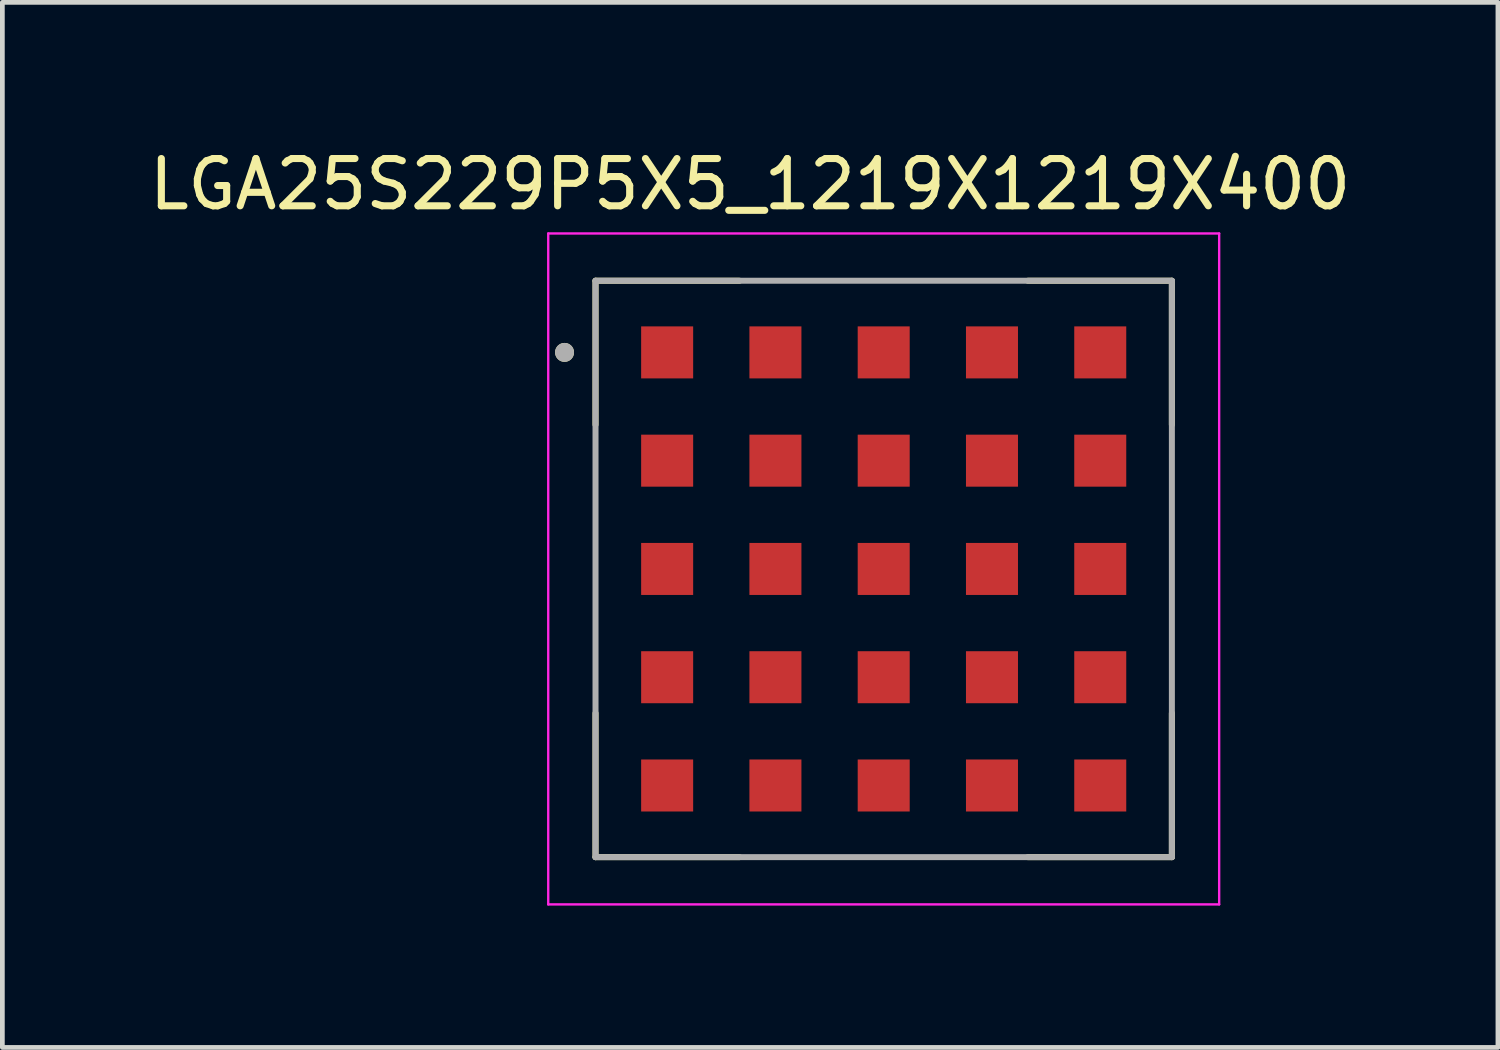
<source format=kicad_pcb>
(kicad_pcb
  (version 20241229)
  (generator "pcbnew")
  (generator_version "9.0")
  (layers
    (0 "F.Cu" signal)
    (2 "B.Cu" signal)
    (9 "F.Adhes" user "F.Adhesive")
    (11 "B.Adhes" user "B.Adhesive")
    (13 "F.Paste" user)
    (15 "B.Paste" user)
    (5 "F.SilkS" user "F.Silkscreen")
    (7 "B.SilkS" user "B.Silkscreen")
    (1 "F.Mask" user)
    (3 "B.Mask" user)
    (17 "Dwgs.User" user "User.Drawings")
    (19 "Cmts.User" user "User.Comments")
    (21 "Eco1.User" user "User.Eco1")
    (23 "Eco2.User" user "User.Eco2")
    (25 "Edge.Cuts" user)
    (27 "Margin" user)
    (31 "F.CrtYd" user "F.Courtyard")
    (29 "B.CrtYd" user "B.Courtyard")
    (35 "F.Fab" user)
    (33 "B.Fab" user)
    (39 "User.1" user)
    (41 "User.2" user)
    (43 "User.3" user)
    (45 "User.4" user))
  (footprint "LGA25S229P5X5_1219X1219X400"
    (layer "F.Cu")
    (at 15.64 8.983)
    (property "Reference" "LGA25S229P5X5_1219X1219X400" (at -2.825 -8.135 0) (layer "F.SilkS") (effects (font (size 1 1) (thickness 0.15))))
    (attr smd)
    (fp_line (start -6.095 -6.095) (end -6.095 -3.05) (stroke (width 0.127) (type solid)) (layer "F.SilkS"))
    (fp_line (start -6.095 -6.095) (end -3.05 -6.095) (stroke (width 0.127) (type solid)) (layer "F.SilkS"))
    (fp_line (start -6.095 3.05) (end -6.095 6.095) (stroke (width 0.127) (type solid)) (layer "F.SilkS"))
    (fp_line (start -3.05 6.095) (end -6.095 6.095) (stroke (width 0.127) (type solid)) (layer "F.SilkS"))
    (fp_line (start 3.05 -6.095) (end 6.095 -6.095) (stroke (width 0.127) (type solid)) (layer "F.SilkS"))
    (fp_line (start 6.095 -3.05) (end 6.095 -6.095) (stroke (width 0.127) (type solid)) (layer "F.SilkS"))
    (fp_line (start 6.095 6.095) (end 3.05 6.095) (stroke (width 0.127) (type solid)) (layer "F.SilkS"))
    (fp_line (start 6.095 6.095) (end 6.095 3.05) (stroke (width 0.127) (type solid)) (layer "F.SilkS"))
    (fp_circle (center -6.75 -4.58) (end -6.65 -4.58) (stroke (width 0.2) (type solid)) (fill no) (layer "F.SilkS"))
    (fp_line (start -7.095 -7.095) (end -7.095 7.095) (stroke (width 0.05) (type solid)) (layer "F.CrtYd"))
    (fp_line (start -7.095 -7.095) (end 7.095 -7.095) (stroke (width 0.05) (type solid)) (layer "F.CrtYd"))
    (fp_line (start 7.095 7.095) (end -7.095 7.095) (stroke (width 0.05) (type solid)) (layer "F.CrtYd"))
    (fp_line (start 7.095 7.095) (end 7.095 -7.095) (stroke (width 0.05) (type solid)) (layer "F.CrtYd"))
    (fp_line (start -6.095 -6.095) (end -6.095 6.095) (stroke (width 0.127) (type solid)) (layer "F.Fab"))
    (fp_line (start -6.095 -6.095) (end 6.095 -6.095) (stroke (width 0.127) (type solid)) (layer "F.Fab"))
    (fp_line (start 6.095 6.095) (end -6.095 6.095) (stroke (width 0.127) (type solid)) (layer "F.Fab"))
    (fp_line (start 6.095 6.095) (end 6.095 -6.095) (stroke (width 0.127) (type solid)) (layer "F.Fab"))
    (fp_circle (center -6.75 -4.58) (end -6.65 -4.58) (stroke (width 0.2) (type solid)) (fill no) (layer "F.Fab"))
    (pad "A1" smd rect (at -4.58 -4.58) (size 1.1 1.1) (layers "F.Cu" "F.Mask" "F.Paste"))
    (pad "A2" smd rect (at -2.29 -4.58) (size 1.1 1.1) (layers "F.Cu" "F.Mask" "F.Paste"))
    (pad "A3" smd rect (at 0 -4.58) (size 1.1 1.1) (layers "F.Cu" "F.Mask" "F.Paste"))
    (pad "A4" smd rect (at 2.29 -4.58) (size 1.1 1.1) (layers "F.Cu" "F.Mask" "F.Paste"))
    (pad "A5" smd rect (at 4.58 -4.58) (size 1.1 1.1) (layers "F.Cu" "F.Mask" "F.Paste"))
    (pad "B1" smd rect (at -4.58 -2.29) (size 1.1 1.1) (layers "F.Cu" "F.Mask" "F.Paste"))
    (pad "B2" smd rect (at -2.29 -2.29) (size 1.1 1.1) (layers "F.Cu" "F.Mask" "F.Paste"))
    (pad "B3" smd rect (at 0 -2.29) (size 1.1 1.1) (layers "F.Cu" "F.Mask" "F.Paste"))
    (pad "B4" smd rect (at 2.29 -2.29) (size 1.1 1.1) (layers "F.Cu" "F.Mask" "F.Paste"))
    (pad "B5" smd rect (at 4.58 -2.29) (size 1.1 1.1) (layers "F.Cu" "F.Mask" "F.Paste"))
    (pad "C1" smd rect (at -4.58 0) (size 1.1 1.1) (layers "F.Cu" "F.Mask" "F.Paste"))
    (pad "C2" smd rect (at -2.29 0) (size 1.1 1.1) (layers "F.Cu" "F.Mask" "F.Paste"))
    (pad "C3" smd rect (at 0 0) (size 1.1 1.1) (layers "F.Cu" "F.Mask" "F.Paste"))
    (pad "C4" smd rect (at 2.29 0) (size 1.1 1.1) (layers "F.Cu" "F.Mask" "F.Paste"))
    (pad "C5" smd rect (at 4.58 0) (size 1.1 1.1) (layers "F.Cu" "F.Mask" "F.Paste"))
    (pad "D1" smd rect (at -4.58 2.29) (size 1.1 1.1) (layers "F.Cu" "F.Mask" "F.Paste"))
    (pad "D2" smd rect (at -2.29 2.29) (size 1.1 1.1) (layers "F.Cu" "F.Mask" "F.Paste"))
    (pad "D3" smd rect (at 0 2.29) (size 1.1 1.1) (layers "F.Cu" "F.Mask" "F.Paste"))
    (pad "D4" smd rect (at 2.29 2.29) (size 1.1 1.1) (layers "F.Cu" "F.Mask" "F.Paste"))
    (pad "D5" smd rect (at 4.58 2.29) (size 1.1 1.1) (layers "F.Cu" "F.Mask" "F.Paste"))
    (pad "E1" smd rect (at -4.58 4.58) (size 1.1 1.1) (layers "F.Cu" "F.Mask" "F.Paste"))
    (pad "E2" smd rect (at -2.29 4.58) (size 1.1 1.1) (layers "F.Cu" "F.Mask" "F.Paste"))
    (pad "E3" smd rect (at 0 4.58) (size 1.1 1.1) (layers "F.Cu" "F.Mask" "F.Paste"))
    (pad "E4" smd rect (at 2.29 4.58) (size 1.1 1.1) (layers "F.Cu" "F.Mask" "F.Paste"))
    (pad "E5" smd rect (at 4.58 4.58) (size 1.1 1.1) (layers "F.Cu" "F.Mask" "F.Paste")))
  (gr_rect
    (start -3 -3)
    (end 28.631 19.103)
    (stroke (width 0.1) (type default))
    (fill no)
    (layer "Edge.Cuts")))
</source>
